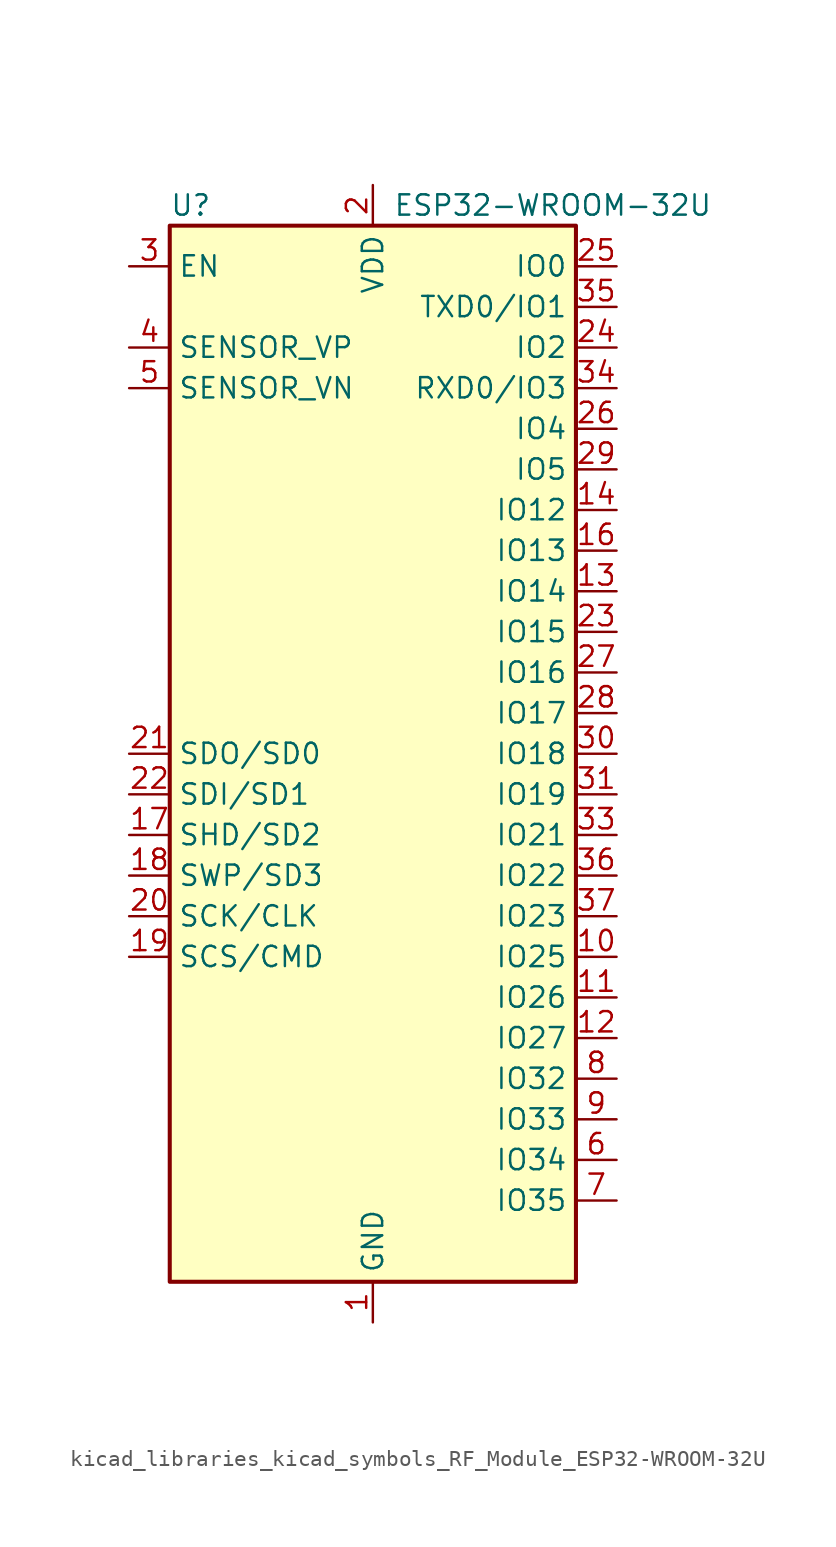
<source format=kicad_sym>
(kicad_symbol_lib
  (version 20220914)
  (generator kicad_symbol_editor)
  (symbol "kicad_libraries_kicad_symbols_RF_Module_ESP32-WROOM-32U"
    (property "Reference" "U"
      (at -12.7 34.29 0)
      (effects (font (size 1.27 1.27)) (justify left)))
    (property "Value" "ESP32-WROOM-32U"
      (at 1.27 34.29 0)
      (effects (font (size 1.27 1.27)) (justify left)))
    (symbol "kicad_libraries_kicad_symbols_RF_Module_ESP32-WROOM-32U_0_1"
      (rectangle (start -12.7 33.02) (end 12.7 -33.02) (stroke (width 0.254) (type default)) (fill (type background))))
    (symbol "kicad_libraries_kicad_symbols_RF_Module_ESP32-WROOM-32U_1_1"
      (pin power_in line (at 0 -35.56 90) (length 2.54) (name "GND" (effects (font (size 1.27 1.27)))) (number "1" (effects (font (size 1.27 1.27)))))
      (pin bidirectional line (at 15.24 -12.7 180) (length 2.54) (name "IO25" (effects (font (size 1.27 1.27)))) (number "10" (effects (font (size 1.27 1.27)))))
      (pin bidirectional line (at 15.24 -15.24 180) (length 2.54) (name "IO26" (effects (font (size 1.27 1.27)))) (number "11" (effects (font (size 1.27 1.27)))))
      (pin bidirectional line (at 15.24 -17.78 180) (length 2.54) (name "IO27" (effects (font (size 1.27 1.27)))) (number "12" (effects (font (size 1.27 1.27)))))
      (pin bidirectional line (at 15.24 10.16 180) (length 2.54) (name "IO14" (effects (font (size 1.27 1.27)))) (number "13" (effects (font (size 1.27 1.27)))))
      (pin bidirectional line (at 15.24 15.24 180) (length 2.54) (name "IO12" (effects (font (size 1.27 1.27)))) (number "14" (effects (font (size 1.27 1.27)))))
      (pin passive line (at 0 -35.56 90) (length 2.54) hide (name "GND" (effects (font (size 1.27 1.27)))) (number "15" (effects (font (size 1.27 1.27)))))
      (pin bidirectional line (at 15.24 12.7 180) (length 2.54) (name "IO13" (effects (font (size 1.27 1.27)))) (number "16" (effects (font (size 1.27 1.27)))))
      (pin bidirectional line (at -15.24 -5.08 0) (length 2.54) (name "SHD/SD2" (effects (font (size 1.27 1.27)))) (number "17" (effects (font (size 1.27 1.27)))))
      (pin bidirectional line (at -15.24 -7.62 0) (length 2.54) (name "SWP/SD3" (effects (font (size 1.27 1.27)))) (number "18" (effects (font (size 1.27 1.27)))))
      (pin bidirectional line (at -15.24 -12.7 0) (length 2.54) (name "SCS/CMD" (effects (font (size 1.27 1.27)))) (number "19" (effects (font (size 1.27 1.27)))))
      (pin power_in line (at 0 35.56 270) (length 2.54) (name "VDD" (effects (font (size 1.27 1.27)))) (number "2" (effects (font (size 1.27 1.27)))))
      (pin bidirectional line (at -15.24 -10.16 0) (length 2.54) (name "SCK/CLK" (effects (font (size 1.27 1.27)))) (number "20" (effects (font (size 1.27 1.27)))))
      (pin bidirectional line (at -15.24 0 0) (length 2.54) (name "SDO/SD0" (effects (font (size 1.27 1.27)))) (number "21" (effects (font (size 1.27 1.27)))))
      (pin bidirectional line (at -15.24 -2.54 0) (length 2.54) (name "SDI/SD1" (effects (font (size 1.27 1.27)))) (number "22" (effects (font (size 1.27 1.27)))))
      (pin bidirectional line (at 15.24 7.62 180) (length 2.54) (name "IO15" (effects (font (size 1.27 1.27)))) (number "23" (effects (font (size 1.27 1.27)))))
      (pin bidirectional line (at 15.24 25.4 180) (length 2.54) (name "IO2" (effects (font (size 1.27 1.27)))) (number "24" (effects (font (size 1.27 1.27)))))
      (pin bidirectional line (at 15.24 30.48 180) (length 2.54) (name "IO0" (effects (font (size 1.27 1.27)))) (number "25" (effects (font (size 1.27 1.27)))))
      (pin bidirectional line (at 15.24 20.32 180) (length 2.54) (name "IO4" (effects (font (size 1.27 1.27)))) (number "26" (effects (font (size 1.27 1.27)))))
      (pin bidirectional line (at 15.24 5.08 180) (length 2.54) (name "IO16" (effects (font (size 1.27 1.27)))) (number "27" (effects (font (size 1.27 1.27)))))
      (pin bidirectional line (at 15.24 2.54 180) (length 2.54) (name "IO17" (effects (font (size 1.27 1.27)))) (number "28" (effects (font (size 1.27 1.27)))))
      (pin bidirectional line (at 15.24 17.78 180) (length 2.54) (name "IO5" (effects (font (size 1.27 1.27)))) (number "29" (effects (font (size 1.27 1.27)))))
      (pin input line (at -15.24 30.48 0) (length 2.54) (name "EN" (effects (font (size 1.27 1.27)))) (number "3" (effects (font (size 1.27 1.27)))))
      (pin bidirectional line (at 15.24 0 180) (length 2.54) (name "IO18" (effects (font (size 1.27 1.27)))) (number "30" (effects (font (size 1.27 1.27)))))
      (pin bidirectional line (at 15.24 -2.54 180) (length 2.54) (name "IO19" (effects (font (size 1.27 1.27)))) (number "31" (effects (font (size 1.27 1.27)))))
      (pin no_connect line (at -12.7 -27.94 0) (length 2.54) hide (name "NC" (effects (font (size 1.27 1.27)))) (number "32" (effects (font (size 1.27 1.27)))))
      (pin bidirectional line (at 15.24 -5.08 180) (length 2.54) (name "IO21" (effects (font (size 1.27 1.27)))) (number "33" (effects (font (size 1.27 1.27)))))
      (pin bidirectional line (at 15.24 22.86 180) (length 2.54) (name "RXD0/IO3" (effects (font (size 1.27 1.27)))) (number "34" (effects (font (size 1.27 1.27)))))
      (pin bidirectional line (at 15.24 27.94 180) (length 2.54) (name "TXD0/IO1" (effects (font (size 1.27 1.27)))) (number "35" (effects (font (size 1.27 1.27)))))
      (pin bidirectional line (at 15.24 -7.62 180) (length 2.54) (name "IO22" (effects (font (size 1.27 1.27)))) (number "36" (effects (font (size 1.27 1.27)))))
      (pin bidirectional line (at 15.24 -10.16 180) (length 2.54) (name "IO23" (effects (font (size 1.27 1.27)))) (number "37" (effects (font (size 1.27 1.27)))))
      (pin passive line (at 0 -35.56 90) (length 2.54) hide (name "GND" (effects (font (size 1.27 1.27)))) (number "38" (effects (font (size 1.27 1.27)))))
      (pin passive line (at 0 -35.56 90) (length 2.54) hide (name "GND" (effects (font (size 1.27 1.27)))) (number "39" (effects (font (size 1.27 1.27)))))
      (pin input line (at -15.24 25.4 0) (length 2.54) (name "SENSOR_VP" (effects (font (size 1.27 1.27)))) (number "4" (effects (font (size 1.27 1.27)))))
      (pin input line (at -15.24 22.86 0) (length 2.54) (name "SENSOR_VN" (effects (font (size 1.27 1.27)))) (number "5" (effects (font (size 1.27 1.27)))))
      (pin input line (at 15.24 -25.4 180) (length 2.54) (name "IO34" (effects (font (size 1.27 1.27)))) (number "6" (effects (font (size 1.27 1.27)))))
      (pin input line (at 15.24 -27.94 180) (length 2.54) (name "IO35" (effects (font (size 1.27 1.27)))) (number "7" (effects (font (size 1.27 1.27)))))
      (pin bidirectional line (at 15.24 -20.32 180) (length 2.54) (name "IO32" (effects (font (size 1.27 1.27)))) (number "8" (effects (font (size 1.27 1.27)))))
      (pin bidirectional line (at 15.24 -22.86 180) (length 2.54) (name "IO33" (effects (font (size 1.27 1.27)))) (number "9" (effects (font (size 1.27 1.27))))))))
</source>
